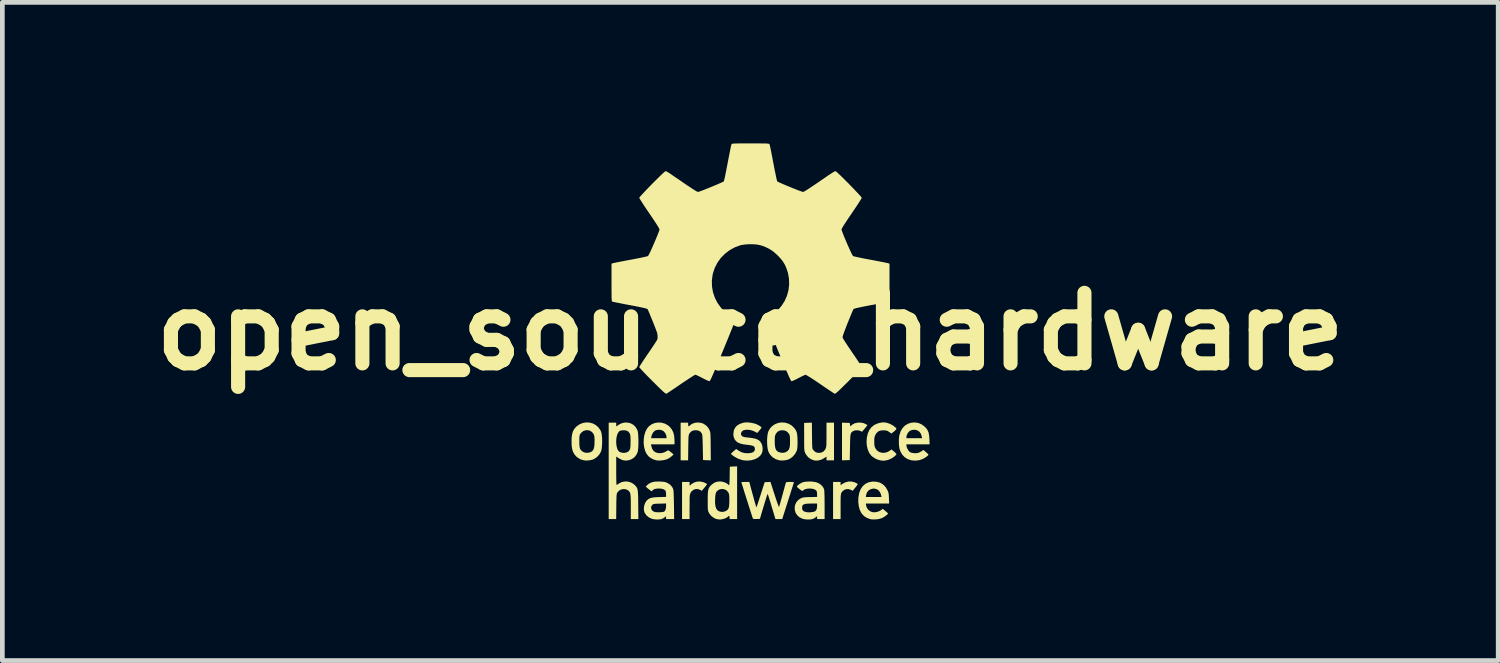
<source format=kicad_pcb>
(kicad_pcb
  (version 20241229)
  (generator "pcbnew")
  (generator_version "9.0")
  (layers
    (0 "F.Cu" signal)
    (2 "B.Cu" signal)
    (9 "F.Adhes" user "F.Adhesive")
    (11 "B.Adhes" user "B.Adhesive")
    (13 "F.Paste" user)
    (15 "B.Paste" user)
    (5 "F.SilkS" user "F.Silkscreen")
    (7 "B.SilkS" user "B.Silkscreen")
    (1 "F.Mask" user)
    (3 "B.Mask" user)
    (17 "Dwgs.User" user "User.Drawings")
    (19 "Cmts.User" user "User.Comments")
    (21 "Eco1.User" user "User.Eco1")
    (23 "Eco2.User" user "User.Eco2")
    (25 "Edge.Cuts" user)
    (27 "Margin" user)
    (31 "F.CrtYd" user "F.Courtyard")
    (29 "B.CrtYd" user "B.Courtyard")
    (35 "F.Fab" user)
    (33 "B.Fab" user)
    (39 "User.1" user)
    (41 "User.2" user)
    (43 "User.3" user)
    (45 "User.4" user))
  (footprint "open_source_hardware"
    (layer "F.Cu")
    (at 12.907 4)
    (property "Reference" "open_source_hardware" (at 0 0 0) (layer "F.SilkS") (effects (font (size 1.5 1.5) (thickness 0.3))))
    (attr board_only exclude_from_pos_files exclude_from_bom)
    (fp_poly (pts (xy 2.222 3.208) (xy 2.28 3.238) (xy 2.284 3.246) (xy 2.28 3.26) (xy 2.264 3.282) (xy 2.237 3.317) (xy 2.236 3.318) (xy 2.178 3.388) (xy 2.139 3.368) (xy 2.089 3.352) (xy 2.039 3.354) (xy 1.992 3.372) (xy 1.954 3.406) (xy 1.938 3.431) (xy 1.933 3.443) (xy 1.929 3.459) (xy 1.926 3.481) (xy 1.923 3.51) (xy 1.922 3.551) (xy 1.921 3.605) (xy 1.921 3.675) (xy 1.921 3.728) (xy 1.921 3.99) (xy 1.841 3.99) (xy 1.761 3.99) (xy 1.761 3.595) (xy 1.761 3.2) (xy 1.841 3.2) (xy 1.921 3.2) (xy 1.921 3.236) (xy 1.921 3.271) (xy 1.956 3.244) (xy 2.017 3.21) (xy 2.084 3.192) (xy 2.154 3.192)) (stroke (width 0) (type solid)) (fill yes) (layer "F.SilkS"))
    (fp_poly (pts (xy -0.994 3.206) (xy -0.973 3.215) (xy -0.945 3.229) (xy -0.926 3.241) (xy -0.92 3.247) (xy -0.926 3.258) (xy -0.942 3.28) (xy -0.965 3.31) (xy -0.976 3.322) (xy -1.031 3.389) (xy -1.063 3.37) (xy -1.11 3.352) (xy -1.16 3.351) (xy -1.206 3.367) (xy -1.246 3.397) (xy -1.268 3.43) (xy -1.275 3.444) (xy -1.28 3.459) (xy -1.284 3.476) (xy -1.287 3.499) (xy -1.289 3.53) (xy -1.29 3.571) (xy -1.29 3.627) (xy -1.29 3.698) (xy -1.291 3.732) (xy -1.291 3.99) (xy -1.371 3.99) (xy -1.451 3.99) (xy -1.451 3.595) (xy -1.451 3.2) (xy -1.371 3.2) (xy -1.291 3.2) (xy -1.291 3.241) (xy -1.291 3.282) (xy -1.251 3.247) (xy -1.194 3.212) (xy -1.13 3.193) (xy -1.062 3.191)) (stroke (width 0) (type solid)) (fill yes) (layer "F.SilkS"))
    (fp_poly (pts (xy 2.354 1.938) (xy 2.414 1.951) (xy 2.458 1.971) (xy 2.491 1.992) (xy 2.472 2.018) (xy 2.454 2.041) (xy 2.429 2.071) (xy 2.414 2.089) (xy 2.375 2.133) (xy 2.344 2.116) (xy 2.304 2.104) (xy 2.258 2.101) (xy 2.214 2.107) (xy 2.188 2.119) (xy 2.17 2.131) (xy 2.157 2.142) (xy 2.146 2.156) (xy 2.138 2.174) (xy 2.132 2.2) (xy 2.128 2.234) (xy 2.125 2.28) (xy 2.123 2.341) (xy 2.122 2.418) (xy 2.121 2.46) (xy 2.116 2.735) (xy 2.033 2.738) (xy 1.951 2.741) (xy 1.951 2.34) (xy 1.951 1.939) (xy 2.033 1.942) (xy 2.116 1.945) (xy 2.121 1.984) (xy 2.125 2.008) (xy 2.13 2.015) (xy 2.138 2.008) (xy 2.139 2.007) (xy 2.18 1.973) (xy 2.232 1.949) (xy 2.292 1.938)) (stroke (width 0) (type solid)) (fill yes) (layer "F.SilkS"))
    (fp_poly (pts (xy 1.313 2.214) (xy 1.314 2.296) (xy 1.315 2.36) (xy 1.316 2.409) (xy 1.318 2.445) (xy 1.32 2.471) (xy 1.323 2.489) (xy 1.327 2.502) (xy 1.333 2.511) (xy 1.336 2.516) (xy 1.37 2.553) (xy 1.406 2.574) (xy 1.451 2.581) (xy 1.459 2.582) (xy 1.514 2.575) (xy 1.558 2.552) (xy 1.591 2.514) (xy 1.598 2.5) (xy 1.605 2.486) (xy 1.61 2.471) (xy 1.614 2.454) (xy 1.617 2.431) (xy 1.619 2.401) (xy 1.62 2.359) (xy 1.62 2.304) (xy 1.621 2.232) (xy 1.621 2.198) (xy 1.621 1.94) (xy 1.701 1.94) (xy 1.781 1.94) (xy 1.781 2.34) (xy 1.781 2.74) (xy 1.701 2.74) (xy 1.621 2.74) (xy 1.621 2.701) (xy 1.621 2.661) (xy 1.571 2.695) (xy 1.505 2.729) (xy 1.438 2.745) (xy 1.371 2.744) (xy 1.356 2.741) (xy 1.286 2.714) (xy 1.228 2.671) (xy 1.183 2.613) (xy 1.169 2.585) (xy 1.162 2.57) (xy 1.157 2.555) (xy 1.153 2.538) (xy 1.15 2.517) (xy 1.148 2.488) (xy 1.147 2.449) (xy 1.146 2.399) (xy 1.146 2.333) (xy 1.146 2.25) (xy 1.146 2.24) (xy 1.145 1.945) (xy 1.228 1.942) (xy 1.31 1.939)) (stroke (width 0) (type solid)) (fill yes) (layer "F.SilkS"))
    (fp_poly (pts (xy -1.065 1.94) (xy -1.008 1.956) (xy -0.995 1.962) (xy -0.94 1.998) (xy -0.898 2.043) (xy -0.868 2.095) (xy -0.862 2.11) (xy -0.857 2.125) (xy -0.852 2.143) (xy -0.849 2.165) (xy -0.847 2.195) (xy -0.845 2.235) (xy -0.844 2.287) (xy -0.843 2.354) (xy -0.842 2.439) (xy -0.842 2.443) (xy -0.839 2.741) (xy -0.922 2.738) (xy -1.005 2.735) (xy -1.01 2.465) (xy -1.012 2.383) (xy -1.014 2.319) (xy -1.016 2.27) (xy -1.018 2.233) (xy -1.021 2.207) (xy -1.024 2.188) (xy -1.029 2.174) (xy -1.034 2.164) (xy -1.066 2.127) (xy -1.108 2.106) (xy -1.16 2.1) (xy -1.214 2.106) (xy -1.255 2.126) (xy -1.288 2.16) (xy -1.292 2.167) (xy -1.299 2.179) (xy -1.305 2.191) (xy -1.309 2.207) (xy -1.312 2.227) (xy -1.314 2.255) (xy -1.316 2.294) (xy -1.317 2.346) (xy -1.318 2.414) (xy -1.319 2.473) (xy -1.322 2.74) (xy -1.401 2.74) (xy -1.481 2.74) (xy -1.481 2.34) (xy -1.481 1.94) (xy -1.401 1.94) (xy -1.321 1.94) (xy -1.321 1.98) (xy -1.318 2.009) (xy -1.311 2.018) (xy -1.296 2.01) (xy -1.281 1.995) (xy -1.239 1.965) (xy -1.186 1.945) (xy -1.126 1.936)) (stroke (width 0) (type solid)) (fill yes) (layer "F.SilkS"))
    (fp_poly (pts (xy -1.892 1.939) (xy -1.821 1.958) (xy -1.756 1.992) (xy -1.712 2.029) (xy -1.67 2.081) (xy -1.639 2.141) (xy -1.62 2.213) (xy -1.612 2.299) (xy -1.611 2.337) (xy -1.611 2.4) (xy -1.861 2.4) (xy -2.112 2.4) (xy -2.105 2.438) (xy -2.087 2.495) (xy -2.056 2.54) (xy -2.016 2.57) (xy -1.957 2.588) (xy -1.894 2.588) (xy -1.83 2.572) (xy -1.77 2.539) (xy -1.765 2.535) (xy -1.754 2.529) (xy -1.742 2.529) (xy -1.726 2.538) (xy -1.701 2.557) (xy -1.687 2.568) (xy -1.63 2.615) (xy -1.676 2.657) (xy -1.711 2.684) (xy -1.751 2.708) (xy -1.774 2.718) (xy -1.83 2.734) (xy -1.893 2.743) (xy -1.955 2.745) (xy -1.999 2.74) (xy -2.068 2.718) (xy -2.131 2.682) (xy -2.168 2.651) (xy -2.21 2.596) (xy -2.24 2.527) (xy -2.259 2.45) (xy -2.268 2.367) (xy -2.265 2.283) (xy -2.263 2.27) (xy -2.11 2.27) (xy -1.946 2.27) (xy -1.781 2.27) (xy -1.781 2.242) (xy -1.789 2.203) (xy -1.809 2.162) (xy -1.837 2.127) (xy -1.861 2.109) (xy -1.907 2.093) (xy -1.958 2.09) (xy -2.006 2.1) (xy -2.032 2.113) (xy -2.067 2.148) (xy -2.093 2.197) (xy -2.104 2.237) (xy -2.11 2.27) (xy -2.263 2.27) (xy -2.252 2.202) (xy -2.228 2.126) (xy -2.193 2.06) (xy -2.16 2.021) (xy -2.103 1.977) (xy -2.037 1.949) (xy -1.965 1.936)) (stroke (width 0) (type solid)) (fill yes) (layer "F.SilkS"))
    (fp_poly (pts (xy 2.686 3.196) (xy 2.76 3.216) (xy 2.824 3.254) (xy 2.877 3.308) (xy 2.912 3.366) (xy 2.927 3.397) (xy 2.937 3.424) (xy 2.943 3.453) (xy 2.946 3.489) (xy 2.949 3.538) (xy 2.949 3.546) (xy 2.954 3.66) (xy 2.706 3.66) (xy 2.458 3.66) (xy 2.464 3.702) (xy 2.48 3.752) (xy 2.513 3.796) (xy 2.558 3.828) (xy 2.611 3.845) (xy 2.655 3.845) (xy 2.706 3.835) (xy 2.754 3.817) (xy 2.789 3.795) (xy 2.818 3.771) (xy 2.872 3.817) (xy 2.899 3.84) (xy 2.92 3.859) (xy 2.929 3.87) (xy 2.929 3.87) (xy 2.924 3.882) (xy 2.906 3.9) (xy 2.878 3.922) (xy 2.845 3.945) (xy 2.811 3.964) (xy 2.802 3.968) (xy 2.752 3.985) (xy 2.692 3.995) (xy 2.629 3.998) (xy 2.571 3.995) (xy 2.536 3.987) (xy 2.472 3.96) (xy 2.422 3.928) (xy 2.38 3.884) (xy 2.356 3.85) (xy 2.327 3.788) (xy 2.307 3.712) (xy 2.297 3.627) (xy 2.299 3.538) (xy 2.301 3.521) (xy 2.301 3.52) (xy 2.458 3.52) (xy 2.624 3.52) (xy 2.791 3.52) (xy 2.784 3.487) (xy 2.765 3.428) (xy 2.733 3.384) (xy 2.691 3.354) (xy 2.638 3.342) (xy 2.609 3.342) (xy 2.554 3.357) (xy 2.51 3.386) (xy 2.479 3.429) (xy 2.464 3.478) (xy 2.458 3.52) (xy 2.301 3.52) (xy 2.318 3.429) (xy 2.349 3.352) (xy 2.393 3.288) (xy 2.448 3.24) (xy 2.515 3.208) (xy 2.592 3.193) (xy 2.602 3.192)) (stroke (width 0) (type solid)) (fill yes) (layer "F.SilkS"))
    (fp_poly (pts (xy 2.857 1.934) (xy 2.895 1.94) (xy 2.911 1.944) (xy 2.976 1.967) (xy 3.037 2.001) (xy 3.087 2.04) (xy 3.091 2.045) (xy 3.106 2.062) (xy 3.108 2.074) (xy 3.098 2.088) (xy 3.095 2.091) (xy 3.075 2.111) (xy 3.049 2.134) (xy 3.039 2.141) (xy 3.003 2.171) (xy 2.956 2.138) (xy 2.926 2.119) (xy 2.897 2.108) (xy 2.861 2.103) (xy 2.843 2.102) (xy 2.779 2.105) (xy 2.728 2.122) (xy 2.689 2.155) (xy 2.662 2.196) (xy 2.65 2.223) (xy 2.642 2.249) (xy 2.638 2.282) (xy 2.637 2.326) (xy 2.637 2.34) (xy 2.638 2.389) (xy 2.641 2.425) (xy 2.648 2.453) (xy 2.659 2.48) (xy 2.66 2.482) (xy 2.692 2.528) (xy 2.737 2.56) (xy 2.789 2.578) (xy 2.846 2.581) (xy 2.903 2.57) (xy 2.958 2.542) (xy 2.966 2.536) (xy 3.002 2.509) (xy 3.039 2.538) (xy 3.066 2.561) (xy 3.089 2.583) (xy 3.095 2.589) (xy 3.108 2.605) (xy 3.107 2.617) (xy 3.095 2.631) (xy 3.056 2.666) (xy 3.004 2.699) (xy 2.948 2.725) (xy 2.929 2.732) (xy 2.883 2.743) (xy 2.843 2.748) (xy 2.799 2.746) (xy 2.76 2.74) (xy 2.7 2.722) (xy 2.638 2.691) (xy 2.585 2.652) (xy 2.575 2.643) (xy 2.532 2.586) (xy 2.5 2.515) (xy 2.48 2.434) (xy 2.473 2.347) (xy 2.479 2.259) (xy 2.5 2.168) (xy 2.534 2.093) (xy 2.581 2.032) (xy 2.642 1.985) (xy 2.717 1.953) (xy 2.778 1.939) (xy 2.822 1.933)) (stroke (width 0) (type solid)) (fill yes) (layer "F.SilkS"))
    (fp_poly (pts (xy 3.578 1.947) (xy 3.65 1.979) (xy 3.71 2.025) (xy 3.748 2.065) (xy 3.775 2.107) (xy 3.794 2.156) (xy 3.804 2.215) (xy 3.81 2.288) (xy 3.814 2.4) (xy 3.567 2.4) (xy 3.321 2.4) (xy 3.321 2.428) (xy 3.328 2.462) (xy 3.345 2.502) (xy 3.369 2.538) (xy 3.394 2.564) (xy 3.425 2.578) (xy 3.468 2.586) (xy 3.515 2.589) (xy 3.559 2.585) (xy 3.575 2.581) (xy 3.607 2.567) (xy 3.641 2.548) (xy 3.647 2.544) (xy 3.683 2.52) (xy 3.737 2.566) (xy 3.764 2.59) (xy 3.783 2.609) (xy 3.791 2.62) (xy 3.791 2.62) (xy 3.784 2.631) (xy 3.767 2.649) (xy 3.756 2.658) (xy 3.684 2.705) (xy 3.603 2.735) (xy 3.517 2.747) (xy 3.431 2.741) (xy 3.426 2.74) (xy 3.349 2.715) (xy 3.284 2.674) (xy 3.231 2.618) (xy 3.192 2.548) (xy 3.172 2.486) (xy 3.165 2.443) (xy 3.161 2.388) (xy 3.16 2.328) (xy 3.162 2.271) (xy 3.163 2.27) (xy 3.321 2.27) (xy 3.487 2.27) (xy 3.654 2.27) (xy 3.647 2.232) (xy 3.628 2.175) (xy 3.596 2.131) (xy 3.552 2.102) (xy 3.498 2.09) (xy 3.487 2.09) (xy 3.442 2.095) (xy 3.403 2.108) (xy 3.401 2.109) (xy 3.371 2.134) (xy 3.344 2.171) (xy 3.326 2.212) (xy 3.321 2.242) (xy 3.321 2.27) (xy 3.163 2.27) (xy 3.168 2.223) (xy 3.17 2.21) (xy 3.197 2.125) (xy 3.238 2.055) (xy 3.29 2.001) (xy 3.355 1.962) (xy 3.423 1.94) (xy 3.502 1.934)) (stroke (width 0) (type solid)) (fill yes) (layer "F.SilkS"))
    (fp_poly (pts (xy -3.421 1.937) (xy -3.352 1.955) (xy -3.289 1.988) (xy -3.234 2.035) (xy -3.19 2.095) (xy -3.175 2.126) (xy -3.163 2.167) (xy -3.156 2.222) (xy -3.151 2.287) (xy -3.15 2.355) (xy -3.153 2.423) (xy -3.159 2.484) (xy -3.168 2.533) (xy -3.175 2.554) (xy -3.211 2.617) (xy -3.261 2.671) (xy -3.32 2.711) (xy -3.361 2.728) (xy -3.421 2.74) (xy -3.486 2.745) (xy -3.542 2.74) (xy -3.614 2.718) (xy -3.68 2.676) (xy -3.705 2.654) (xy -3.742 2.61) (xy -3.769 2.561) (xy -3.788 2.503) (xy -3.798 2.432) (xy -3.801 2.346) (xy -3.801 2.34) (xy -3.636 2.34) (xy -3.635 2.405) (xy -3.631 2.453) (xy -3.622 2.489) (xy -3.607 2.517) (xy -3.585 2.54) (xy -3.57 2.552) (xy -3.526 2.574) (xy -3.474 2.581) (xy -3.421 2.575) (xy -3.373 2.554) (xy -3.373 2.554) (xy -3.348 2.53) (xy -3.33 2.496) (xy -3.318 2.449) (xy -3.313 2.386) (xy -3.312 2.34) (xy -3.312 2.287) (xy -3.314 2.25) (xy -3.318 2.222) (xy -3.325 2.2) (xy -3.334 2.18) (xy -3.365 2.139) (xy -3.406 2.112) (xy -3.453 2.099) (xy -3.503 2.101) (xy -3.55 2.117) (xy -3.591 2.148) (xy -3.616 2.18) (xy -3.625 2.198) (xy -3.631 2.217) (xy -3.634 2.244) (xy -3.636 2.281) (xy -3.636 2.334) (xy -3.636 2.34) (xy -3.801 2.34) (xy -3.799 2.255) (xy -3.789 2.185) (xy -3.773 2.128) (xy -3.747 2.079) (xy -3.712 2.036) (xy -3.697 2.022) (xy -3.634 1.976) (xy -3.565 1.947) (xy -3.493 1.934)) (stroke (width 0) (type solid)) (fill yes) (layer "F.SilkS"))
    (fp_poly (pts (xy 0.739 1.939) (xy 0.808 1.959) (xy 0.872 1.994) (xy 0.924 2.041) (xy 0.953 2.076) (xy 0.974 2.11) (xy 0.989 2.149) (xy 0.998 2.194) (xy 1.003 2.251) (xy 1.005 2.323) (xy 1.005 2.345) (xy 1.005 2.406) (xy 1.003 2.451) (xy 1 2.484) (xy 0.996 2.511) (xy 0.988 2.535) (xy 0.982 2.551) (xy 0.953 2.604) (xy 0.91 2.655) (xy 0.859 2.697) (xy 0.817 2.72) (xy 0.762 2.736) (xy 0.698 2.744) (xy 0.634 2.742) (xy 0.618 2.74) (xy 0.544 2.717) (xy 0.479 2.678) (xy 0.426 2.625) (xy 0.389 2.564) (xy 0.374 2.518) (xy 0.364 2.458) (xy 0.359 2.389) (xy 0.358 2.34) (xy 0.52 2.34) (xy 0.523 2.413) (xy 0.53 2.469) (xy 0.544 2.51) (xy 0.566 2.54) (xy 0.596 2.561) (xy 0.637 2.575) (xy 0.638 2.575) (xy 0.696 2.581) (xy 0.749 2.569) (xy 0.78 2.552) (xy 0.805 2.53) (xy 0.823 2.505) (xy 0.835 2.474) (xy 0.842 2.432) (xy 0.845 2.377) (xy 0.845 2.34) (xy 0.845 2.286) (xy 0.843 2.247) (xy 0.84 2.22) (xy 0.834 2.199) (xy 0.826 2.182) (xy 0.825 2.18) (xy 0.789 2.136) (xy 0.743 2.109) (xy 0.687 2.1) (xy 0.686 2.1) (xy 0.628 2.107) (xy 0.583 2.13) (xy 0.549 2.169) (xy 0.543 2.18) (xy 0.533 2.202) (xy 0.526 2.225) (xy 0.522 2.254) (xy 0.521 2.293) (xy 0.52 2.34) (xy 0.358 2.34) (xy 0.357 2.317) (xy 0.361 2.247) (xy 0.369 2.183) (xy 0.382 2.133) (xy 0.385 2.124) (xy 0.422 2.059) (xy 0.472 2.007) (xy 0.531 1.969) (xy 0.598 1.944) (xy 0.668 1.934)) (stroke (width 0) (type solid)) (fill yes) (layer "F.SilkS"))
    (fp_poly (pts (xy -0.28 3.43) (xy -0.28 3.99) (xy -0.36 3.99) (xy -0.44 3.99) (xy -0.44 3.955) (xy -0.443 3.929) (xy -0.452 3.921) (xy -0.468 3.932) (xy -0.475 3.94) (xy -0.501 3.959) (xy -0.54 3.977) (xy -0.586 3.991) (xy -0.63 3.998) (xy -0.648 3.999) (xy -0.688 3.995) (xy -0.728 3.987) (xy -0.736 3.984) (xy -0.789 3.956) (xy -0.838 3.914) (xy -0.876 3.864) (xy -0.882 3.852) (xy -0.89 3.835) (xy -0.896 3.819) (xy -0.9 3.799) (xy -0.903 3.774) (xy -0.904 3.739) (xy -0.905 3.692) (xy -0.905 3.643) (xy -0.749 3.643) (xy -0.742 3.71) (xy -0.726 3.762) (xy -0.702 3.799) (xy -0.668 3.822) (xy -0.659 3.826) (xy -0.606 3.838) (xy -0.557 3.832) (xy -0.524 3.82) (xy -0.495 3.803) (xy -0.474 3.782) (xy -0.46 3.755) (xy -0.451 3.717) (xy -0.447 3.666) (xy -0.445 3.598) (xy -0.445 3.595) (xy -0.446 3.539) (xy -0.447 3.499) (xy -0.451 3.47) (xy -0.456 3.447) (xy -0.464 3.428) (xy -0.466 3.425) (xy -0.496 3.387) (xy -0.536 3.362) (xy -0.581 3.35) (xy -0.629 3.352) (xy -0.673 3.368) (xy -0.709 3.397) (xy -0.726 3.422) (xy -0.737 3.453) (xy -0.744 3.502) (xy -0.748 3.559) (xy -0.749 3.643) (xy -0.905 3.643) (xy -0.905 3.629) (xy -0.905 3.6) (xy -0.905 3.518) (xy -0.903 3.453) (xy -0.899 3.403) (xy -0.892 3.363) (xy -0.881 3.332) (xy -0.866 3.306) (xy -0.846 3.282) (xy -0.821 3.257) (xy -0.77 3.22) (xy -0.717 3.198) (xy -0.654 3.19) (xy -0.639 3.19) (xy -0.595 3.195) (xy -0.549 3.208) (xy -0.507 3.227) (xy -0.476 3.248) (xy -0.471 3.253) (xy -0.457 3.267) (xy -0.449 3.27) (xy -0.446 3.261) (xy -0.444 3.234) (xy -0.441 3.194) (xy -0.439 3.142) (xy -0.438 3.083) (xy -0.438 3.072) (xy -0.435 2.875) (xy -0.358 2.872) (xy -0.28 2.869)) (stroke (width 0) (type solid)) (fill yes) (layer "F.SilkS"))
    (fp_poly (pts (xy -0.018 1.937) (xy 0.039 1.946) (xy 0.092 1.958) (xy 0.129 1.971) (xy 0.167 1.989) (xy 0.201 2.009) (xy 0.226 2.027) (xy 0.239 2.041) (xy 0.24 2.043) (xy 0.234 2.055) (xy 0.218 2.076) (xy 0.196 2.104) (xy 0.194 2.106) (xy 0.148 2.159) (xy 0.093 2.128) (xy 0.043 2.107) (xy -0.012 2.094) (xy -0.068 2.089) (xy -0.118 2.094) (xy -0.149 2.104) (xy -0.18 2.129) (xy -0.196 2.159) (xy -0.197 2.191) (xy -0.182 2.219) (xy -0.161 2.235) (xy -0.136 2.243) (xy -0.099 2.25) (xy -0.058 2.255) (xy -0.058 2.255) (xy 0.025 2.264) (xy 0.091 2.276) (xy 0.142 2.292) (xy 0.182 2.314) (xy 0.212 2.342) (xy 0.236 2.379) (xy 0.238 2.382) (xy 0.256 2.434) (xy 0.263 2.492) (xy 0.259 2.549) (xy 0.245 2.593) (xy 0.211 2.643) (xy 0.162 2.684) (xy 0.099 2.716) (xy 0.028 2.737) (xy -0.049 2.746) (xy -0.13 2.742) (xy -0.15 2.739) (xy -0.189 2.729) (xy -0.235 2.714) (xy -0.269 2.7) (xy -0.305 2.681) (xy -0.342 2.659) (xy -0.374 2.637) (xy -0.398 2.617) (xy -0.41 2.604) (xy -0.41 2.602) (xy -0.403 2.592) (xy -0.385 2.574) (xy -0.358 2.55) (xy -0.355 2.547) (xy -0.3 2.499) (xy -0.255 2.53) (xy -0.194 2.565) (xy -0.132 2.584) (xy -0.061 2.59) (xy -0.058 2.59) (xy 0.006 2.585) (xy 0.054 2.571) (xy 0.084 2.547) (xy 0.098 2.513) (xy 0.098 2.488) (xy 0.092 2.464) (xy 0.078 2.445) (xy 0.053 2.431) (xy 0.014 2.421) (xy -0.041 2.413) (xy -0.07 2.41) (xy -0.151 2.399) (xy -0.216 2.383) (xy -0.266 2.361) (xy -0.303 2.332) (xy -0.332 2.294) (xy -0.341 2.275) (xy -0.353 2.239) (xy -0.359 2.198) (xy -0.36 2.186) (xy -0.352 2.115) (xy -0.328 2.055) (xy -0.287 2.006) (xy -0.23 1.969) (xy -0.157 1.943) (xy -0.114 1.935) (xy -0.071 1.933)) (stroke (width 0) (type solid)) (fill yes) (layer "F.SilkS"))
    (fp_poly (pts (xy -1.92 3.192) (xy -1.868 3.195) (xy -1.83 3.199) (xy -1.8 3.206) (xy -1.772 3.217) (xy -1.757 3.224) (xy -1.702 3.26) (xy -1.662 3.306) (xy -1.64 3.35) (xy -1.636 3.368) (xy -1.632 3.4) (xy -1.629 3.446) (xy -1.627 3.507) (xy -1.625 3.586) (xy -1.623 3.683) (xy -1.623 3.688) (xy -1.619 3.99) (xy -1.705 3.99) (xy -1.791 3.99) (xy -1.791 3.959) (xy -1.791 3.928) (xy -1.821 3.954) (xy -1.852 3.974) (xy -1.886 3.989) (xy -1.889 3.99) (xy -1.935 3.997) (xy -1.991 3.999) (xy -2.047 3.994) (xy -2.088 3.986) (xy -2.152 3.957) (xy -2.204 3.916) (xy -2.242 3.864) (xy -2.255 3.832) (xy -2.264 3.777) (xy -2.262 3.755) (xy -2.11 3.755) (xy -2.099 3.789) (xy -2.075 3.818) (xy -2.038 3.837) (xy -2.025 3.841) (xy -1.994 3.844) (xy -1.953 3.845) (xy -1.909 3.844) (xy -1.869 3.84) (xy -1.841 3.835) (xy -1.836 3.834) (xy -1.815 3.816) (xy -1.8 3.782) (xy -1.792 3.737) (xy -1.791 3.715) (xy -1.791 3.658) (xy -1.925 3.662) (xy -1.98 3.663) (xy -2.018 3.665) (xy -2.044 3.668) (xy -2.062 3.673) (xy -2.074 3.68) (xy -2.085 3.689) (xy -2.106 3.721) (xy -2.11 3.755) (xy -2.262 3.755) (xy -2.259 3.717) (xy -2.241 3.659) (xy -2.213 3.609) (xy -2.195 3.588) (xy -2.168 3.566) (xy -2.139 3.549) (xy -2.105 3.538) (xy -2.062 3.53) (xy -2.007 3.525) (xy -1.938 3.522) (xy -1.791 3.518) (xy -1.791 3.463) (xy -1.793 3.429) (xy -1.798 3.399) (xy -1.802 3.388) (xy -1.824 3.366) (xy -1.861 3.35) (xy -1.91 3.341) (xy -1.934 3.34) (xy -1.99 3.342) (xy -2.031 3.35) (xy -2.062 3.365) (xy -2.076 3.376) (xy -2.101 3.4) (xy -2.161 3.353) (xy -2.19 3.33) (xy -2.211 3.311) (xy -2.221 3.3) (xy -2.221 3.299) (xy -2.214 3.289) (xy -2.196 3.271) (xy -2.179 3.255) (xy -2.136 3.226) (xy -2.089 3.206) (xy -2.032 3.194) (xy -1.963 3.191)) (stroke (width 0) (type solid)) (fill yes) (layer "F.SilkS"))
    (fp_poly (pts (xy 1.308 3.192) (xy 1.372 3.2) (xy 1.404 3.207) (xy 1.458 3.229) (xy 1.506 3.263) (xy 1.544 3.305) (xy 1.568 3.349) (xy 1.57 3.355) (xy 1.573 3.378) (xy 1.576 3.419) (xy 1.578 3.477) (xy 1.58 3.55) (xy 1.58 3.637) (xy 1.581 3.692) (xy 1.581 3.99) (xy 1.501 3.99) (xy 1.421 3.99) (xy 1.421 3.959) (xy 1.421 3.928) (xy 1.39 3.954) (xy 1.359 3.974) (xy 1.325 3.989) (xy 1.323 3.99) (xy 1.273 3.998) (xy 1.215 3.999) (xy 1.157 3.994) (xy 1.109 3.982) (xy 1.108 3.982) (xy 1.044 3.95) (xy 0.995 3.905) (xy 0.962 3.851) (xy 0.945 3.789) (xy 0.946 3.752) (xy 1.101 3.752) (xy 1.109 3.792) (xy 1.132 3.821) (xy 1.163 3.834) (xy 1.191 3.841) (xy 1.205 3.844) (xy 1.235 3.847) (xy 1.274 3.846) (xy 1.315 3.841) (xy 1.352 3.834) (xy 1.376 3.826) (xy 1.377 3.825) (xy 1.402 3.8) (xy 1.416 3.764) (xy 1.421 3.713) (xy 1.421 3.709) (xy 1.421 3.66) (xy 1.295 3.66) (xy 1.227 3.661) (xy 1.176 3.666) (xy 1.141 3.676) (xy 1.118 3.691) (xy 1.106 3.714) (xy 1.101 3.744) (xy 1.101 3.752) (xy 0.946 3.752) (xy 0.946 3.722) (xy 0.954 3.688) (xy 0.981 3.629) (xy 1.025 3.581) (xy 1.08 3.546) (xy 1.102 3.538) (xy 1.126 3.531) (xy 1.157 3.527) (xy 1.2 3.524) (xy 1.257 3.522) (xy 1.273 3.522) (xy 1.421 3.518) (xy 1.421 3.46) (xy 1.418 3.417) (xy 1.408 3.39) (xy 1.403 3.382) (xy 1.372 3.36) (xy 1.329 3.346) (xy 1.278 3.34) (xy 1.226 3.342) (xy 1.178 3.351) (xy 1.139 3.368) (xy 1.122 3.383) (xy 1.113 3.39) (xy 1.103 3.39) (xy 1.086 3.381) (xy 1.058 3.361) (xy 1.049 3.354) (xy 1.021 3.331) (xy 1 3.312) (xy 0.991 3.301) (xy 0.99 3.301) (xy 0.999 3.285) (xy 1.02 3.265) (xy 1.05 3.243) (xy 1.083 3.223) (xy 1.114 3.208) (xy 1.122 3.206) (xy 1.175 3.195) (xy 1.24 3.191)) (stroke (width 0) (type solid)) (fill yes) (layer "F.SilkS"))
    (fp_poly (pts (xy 0.517 3.47) (xy 0.539 3.539) (xy 0.56 3.601) (xy 0.579 3.654) (xy 0.594 3.695) (xy 0.605 3.722) (xy 0.61 3.733) (xy 0.611 3.733) (xy 0.615 3.721) (xy 0.624 3.693) (xy 0.636 3.651) (xy 0.651 3.598) (xy 0.669 3.536) (xy 0.685 3.475) (xy 0.704 3.407) (xy 0.721 3.345) (xy 0.735 3.292) (xy 0.747 3.25) (xy 0.755 3.223) (xy 0.758 3.212) (xy 0.769 3.206) (xy 0.797 3.201) (xy 0.844 3.2) (xy 0.847 3.2) (xy 0.891 3.201) (xy 0.916 3.203) (xy 0.927 3.208) (xy 0.928 3.212) (xy 0.923 3.226) (xy 0.914 3.255) (xy 0.901 3.296) (xy 0.884 3.347) (xy 0.866 3.404) (xy 0.866 3.405) (xy 0.844 3.475) (xy 0.817 3.557) (xy 0.79 3.644) (xy 0.763 3.727) (xy 0.744 3.788) (xy 0.679 3.99) (xy 0.607 3.99) (xy 0.535 3.99) (xy 0.455 3.724) (xy 0.435 3.655) (xy 0.415 3.592) (xy 0.398 3.538) (xy 0.385 3.496) (xy 0.375 3.467) (xy 0.37 3.455) (xy 0.37 3.455) (xy 0.366 3.463) (xy 0.356 3.488) (xy 0.343 3.527) (xy 0.327 3.579) (xy 0.308 3.64) (xy 0.287 3.708) (xy 0.284 3.718) (xy 0.205 3.985) (xy 0.132 3.988) (xy 0.091 3.988) (xy 0.066 3.985) (xy 0.055 3.979) (xy 0.055 3.978) (xy 0.05 3.962) (xy 0.039 3.931) (xy 0.025 3.886) (xy 0.007 3.83) (xy -0.013 3.766) (xy -0.036 3.696) (xy -0.059 3.622) (xy -0.083 3.548) (xy -0.106 3.475) (xy -0.128 3.406) (xy -0.147 3.343) (xy -0.164 3.289) (xy -0.178 3.247) (xy -0.186 3.218) (xy -0.19 3.206) (xy -0.19 3.206) (xy -0.181 3.203) (xy -0.156 3.201) (xy -0.121 3.2) (xy -0.106 3.2) (xy -0.021 3.2) (xy -0.012 3.232) (xy -0.007 3.251) (xy 0.002 3.286) (xy 0.015 3.334) (xy 0.031 3.392) (xy 0.048 3.456) (xy 0.061 3.502) (xy 0.079 3.568) (xy 0.095 3.626) (xy 0.109 3.675) (xy 0.12 3.712) (xy 0.128 3.734) (xy 0.13 3.74) (xy 0.134 3.731) (xy 0.144 3.705) (xy 0.158 3.665) (xy 0.175 3.613) (xy 0.195 3.551) (xy 0.217 3.483) (xy 0.221 3.472) (xy 0.306 3.205) (xy 0.368 3.202) (xy 0.429 3.199)) (stroke (width 0) (type solid)) (fill yes) (layer "F.SilkS"))
    (fp_poly (pts (xy -2.605 1.938) (xy -2.542 1.954) (xy -2.486 1.985) (xy -2.44 2.03) (xy -2.406 2.087) (xy -2.395 2.117) (xy -2.388 2.154) (xy -2.383 2.205) (xy -2.38 2.267) (xy -2.379 2.334) (xy -2.379 2.402) (xy -2.382 2.464) (xy -2.387 2.518) (xy -2.393 2.557) (xy -2.395 2.562) (xy -2.423 2.625) (xy -2.465 2.676) (xy -2.519 2.714) (xy -2.581 2.738) (xy -2.649 2.746) (xy -2.698 2.74) (xy -2.734 2.728) (xy -2.774 2.709) (xy -2.799 2.694) (xy -2.851 2.66) (xy -2.851 2.965) (xy -2.851 3.055) (xy -2.85 3.125) (xy -2.849 3.18) (xy -2.848 3.219) (xy -2.846 3.245) (xy -2.843 3.26) (xy -2.84 3.264) (xy -2.839 3.264) (xy -2.822 3.253) (xy -2.799 3.237) (xy -2.796 3.235) (xy -2.739 3.205) (xy -2.675 3.191) (xy -2.608 3.192) (xy -2.544 3.209) (xy -2.487 3.24) (xy -2.462 3.261) (xy -2.442 3.282) (xy -2.426 3.3) (xy -2.413 3.319) (xy -2.403 3.341) (xy -2.396 3.368) (xy -2.391 3.403) (xy -2.388 3.448) (xy -2.385 3.505) (xy -2.384 3.577) (xy -2.383 3.666) (xy -2.383 3.683) (xy -2.38 3.99) (xy -2.461 3.99) (xy -2.541 3.99) (xy -2.541 3.728) (xy -2.541 3.641) (xy -2.542 3.571) (xy -2.544 3.517) (xy -2.548 3.476) (xy -2.553 3.445) (xy -2.561 3.422) (xy -2.572 3.405) (xy -2.586 3.39) (xy -2.602 3.377) (xy -2.646 3.356) (xy -2.696 3.351) (xy -2.745 3.36) (xy -2.789 3.383) (xy -2.823 3.418) (xy -2.824 3.419) (xy -2.83 3.431) (xy -2.836 3.443) (xy -2.84 3.459) (xy -2.843 3.48) (xy -2.845 3.51) (xy -2.846 3.551) (xy -2.848 3.605) (xy -2.849 3.675) (xy -2.849 3.723) (xy -2.852 3.99) (xy -2.932 3.99) (xy -3.011 3.99) (xy -3.011 2.965) (xy -3.011 2.36) (xy -2.852 2.36) (xy -2.846 2.424) (xy -2.834 2.481) (xy -2.814 2.526) (xy -2.805 2.54) (xy -2.772 2.565) (xy -2.728 2.579) (xy -2.679 2.582) (xy -2.632 2.573) (xy -2.605 2.56) (xy -2.583 2.543) (xy -2.567 2.523) (xy -2.556 2.496) (xy -2.55 2.458) (xy -2.547 2.406) (xy -2.546 2.345) (xy -2.546 2.285) (xy -2.548 2.242) (xy -2.551 2.211) (xy -2.556 2.187) (xy -2.564 2.169) (xy -2.59 2.132) (xy -2.627 2.11) (xy -2.675 2.101) (xy -2.711 2.102) (xy -2.747 2.106) (xy -2.771 2.112) (xy -2.788 2.124) (xy -2.802 2.14) (xy -2.825 2.18) (xy -2.841 2.233) (xy -2.85 2.295) (xy -2.852 2.36) (xy -3.011 2.36) (xy -3.011 1.94) (xy -2.931 1.94) (xy -2.851 1.94) (xy -2.851 1.979) (xy -2.851 2.019) (xy -2.801 1.985) (xy -2.737 1.952) (xy -2.671 1.937)) (stroke (width 0) (type solid)) (fill yes) (layer "F.SilkS"))
    (fp_poly (pts (xy 0.104 -4) (xy 0.185 -4) (xy 0.25 -3.999) (xy 0.301 -3.999) (xy 0.339 -3.998) (xy 0.366 -3.996) (xy 0.385 -3.994) (xy 0.397 -3.991) (xy 0.404 -3.987) (xy 0.408 -3.983) (xy 0.41 -3.981) (xy 0.414 -3.967) (xy 0.421 -3.935) (xy 0.431 -3.889) (xy 0.443 -3.83) (xy 0.457 -3.76) (xy 0.472 -3.681) (xy 0.488 -3.597) (xy 0.491 -3.583) (xy 0.507 -3.498) (xy 0.522 -3.42) (xy 0.537 -3.349) (xy 0.549 -3.289) (xy 0.56 -3.241) (xy 0.568 -3.209) (xy 0.574 -3.193) (xy 0.574 -3.192) (xy 0.587 -3.184) (xy 0.616 -3.17) (xy 0.658 -3.152) (xy 0.709 -3.129) (xy 0.768 -3.105) (xy 0.83 -3.079) (xy 0.893 -3.053) (xy 0.953 -3.029) (xy 1.009 -3.007) (xy 1.057 -2.989) (xy 1.094 -2.976) (xy 1.116 -2.969) (xy 1.121 -2.968) (xy 1.135 -2.972) (xy 1.162 -2.986) (xy 1.202 -3.01) (xy 1.255 -3.045) (xy 1.323 -3.09) (xy 1.407 -3.146) (xy 1.455 -3.179) (xy 1.539 -3.237) (xy 1.608 -3.284) (xy 1.663 -3.322) (xy 1.707 -3.351) (xy 1.741 -3.373) (xy 1.766 -3.389) (xy 1.784 -3.399) (xy 1.796 -3.405) (xy 1.805 -3.408) (xy 1.811 -3.408) (xy 1.816 -3.406) (xy 1.819 -3.406) (xy 1.832 -3.397) (xy 1.856 -3.376) (xy 1.89 -3.344) (xy 1.932 -3.304) (xy 1.98 -3.257) (xy 2.032 -3.205) (xy 2.086 -3.151) (xy 2.14 -3.095) (xy 2.193 -3.041) (xy 2.242 -2.989) (xy 2.286 -2.943) (xy 2.323 -2.903) (xy 2.35 -2.872) (xy 2.367 -2.851) (xy 2.371 -2.844) (xy 2.365 -2.831) (xy 2.35 -2.804) (xy 2.325 -2.764) (xy 2.293 -2.714) (xy 2.254 -2.655) (xy 2.21 -2.59) (xy 2.162 -2.519) (xy 2.156 -2.51) (xy 2.091 -2.415) (xy 2.038 -2.335) (xy 1.996 -2.271) (xy 1.966 -2.222) (xy 1.948 -2.189) (xy 1.941 -2.171) (xy 1.941 -2.171) (xy 1.945 -2.153) (xy 1.956 -2.12) (xy 1.973 -2.076) (xy 1.994 -2.022) (xy 2.019 -1.962) (xy 2.046 -1.899) (xy 2.073 -1.836) (xy 2.101 -1.774) (xy 2.126 -1.718) (xy 2.149 -1.67) (xy 2.168 -1.633) (xy 2.181 -1.61) (xy 2.186 -1.604) (xy 2.201 -1.599) (xy 2.232 -1.591) (xy 2.279 -1.581) (xy 2.338 -1.568) (xy 2.407 -1.554) (xy 2.485 -1.539) (xy 2.561 -1.525) (xy 2.644 -1.51) (xy 2.721 -1.495) (xy 2.79 -1.481) (xy 2.849 -1.47) (xy 2.895 -1.46) (xy 2.926 -1.453) (xy 2.939 -1.45) (xy 2.961 -1.44) (xy 2.961 -1.041) (xy 2.961 -0.941) (xy 2.961 -0.859) (xy 2.96 -0.793) (xy 2.96 -0.742) (xy 2.959 -0.704) (xy 2.957 -0.676) (xy 2.955 -0.657) (xy 2.952 -0.645) (xy 2.949 -0.638) (xy 2.944 -0.635) (xy 2.944 -0.635) (xy 2.93 -0.631) (xy 2.899 -0.624) (xy 2.853 -0.615) (xy 2.795 -0.603) (xy 2.725 -0.59) (xy 2.648 -0.575) (xy 2.567 -0.56) (xy 2.466 -0.541) (xy 2.385 -0.525) (xy 2.319 -0.511) (xy 2.27 -0.5) (xy 2.234 -0.491) (xy 2.21 -0.483) (xy 2.197 -0.477) (xy 2.195 -0.475) (xy 2.188 -0.462) (xy 2.175 -0.432) (xy 2.156 -0.389) (xy 2.134 -0.335) (xy 2.108 -0.271) (xy 2.08 -0.202) (xy 2.07 -0.179) (xy 2.034 -0.086) (xy 2.005 -0.01) (xy 1.984 0.048) (xy 1.97 0.091) (xy 1.963 0.118) (xy 1.963 0.128) (xy 1.97 0.142) (xy 1.986 0.171) (xy 2.012 0.212) (xy 2.045 0.263) (xy 2.084 0.322) (xy 2.128 0.387) (xy 2.169 0.448) (xy 2.216 0.516) (xy 2.259 0.58) (xy 2.297 0.637) (xy 2.328 0.685) (xy 2.352 0.723) (xy 2.366 0.748) (xy 2.371 0.758) (xy 2.364 0.769) (xy 2.344 0.792) (xy 2.314 0.826) (xy 2.273 0.869) (xy 2.224 0.919) (xy 2.169 0.976) (xy 2.109 1.037) (xy 2.093 1.053) (xy 2.02 1.125) (xy 1.96 1.184) (xy 1.912 1.231) (xy 1.874 1.267) (xy 1.845 1.293) (xy 1.824 1.31) (xy 1.809 1.32) (xy 1.799 1.324) (xy 1.795 1.324) (xy 1.782 1.316) (xy 1.755 1.299) (xy 1.716 1.273) (xy 1.666 1.24) (xy 1.608 1.201) (xy 1.544 1.157) (xy 1.487 1.118) (xy 1.419 1.072) (xy 1.355 1.029) (xy 1.298 0.992) (xy 1.25 0.961) (xy 1.212 0.938) (xy 1.188 0.924) (xy 1.178 0.92) (xy 1.163 0.925) (xy 1.133 0.937) (xy 1.094 0.956) (xy 1.048 0.979) (xy 1.027 0.99) (xy 0.979 1.015) (xy 0.937 1.035) (xy 0.903 1.05) (xy 0.882 1.057) (xy 0.877 1.058) (xy 0.871 1.053) (xy 0.863 1.04) (xy 0.851 1.017) (xy 0.835 0.984) (xy 0.814 0.938) (xy 0.789 0.88) (xy 0.758 0.808) (xy 0.721 0.722) (xy 0.678 0.619) (xy 0.629 0.5) (xy 0.594 0.417) (xy 0.55 0.309) (xy 0.508 0.207) (xy 0.469 0.111) (xy 0.434 0.024) (xy 0.402 -0.053) (xy 0.376 -0.12) (xy 0.355 -0.173) (xy 0.34 -0.212) (xy 0.332 -0.235) (xy 0.33 -0.241) (xy 0.339 -0.259) (xy 0.363 -0.281) (xy 0.373 -0.288) (xy 0.401 -0.307) (xy 0.439 -0.333) (xy 0.478 -0.361) (xy 0.487 -0.368) (xy 0.584 -0.451) (xy 0.666 -0.546) (xy 0.732 -0.65) (xy 0.781 -0.762) (xy 0.813 -0.879) (xy 0.827 -1) (xy 0.823 -1.124) (xy 0.801 -1.247) (xy 0.766 -1.352) (xy 0.735 -1.421) (xy 0.698 -1.483) (xy 0.652 -1.543) (xy 0.593 -1.607) (xy 0.58 -1.62) (xy 0.492 -1.699) (xy 0.399 -1.76) (xy 0.299 -1.807) (xy 0.225 -1.832) (xy 0.154 -1.847) (xy 0.07 -1.855) (xy -0.018 -1.856) (xy -0.105 -1.851) (xy -0.183 -1.84) (xy -0.215 -1.832) (xy -0.333 -1.788) (xy -0.442 -1.727) (xy -0.54 -1.652) (xy -0.626 -1.564) (xy -0.698 -1.464) (xy -0.754 -1.355) (xy -0.794 -1.238) (xy -0.801 -1.206) (xy -0.817 -1.08) (xy -0.814 -0.955) (xy -0.793 -0.834) (xy -0.753 -0.717) (xy -0.697 -0.607) (xy -0.624 -0.506) (xy -0.536 -0.416) (xy -0.477 -0.368) (xy -0.438 -0.34) (xy -0.4 -0.313) (xy -0.368 -0.292) (xy -0.363 -0.288) (xy -0.335 -0.266) (xy -0.321 -0.246) (xy -0.32 -0.241) (xy -0.324 -0.229) (xy -0.335 -0.2) (xy -0.352 -0.155) (xy -0.375 -0.097) (xy -0.403 -0.026) (xy -0.436 0.055) (xy -0.473 0.146) (xy -0.513 0.244) (xy -0.556 0.349) (xy -0.584 0.417) (xy -0.638 0.547) (xy -0.685 0.66) (xy -0.726 0.756) (xy -0.76 0.837) (xy -0.789 0.904) (xy -0.813 0.957) (xy -0.831 0.998) (xy -0.846 1.027) (xy -0.857 1.046) (xy -0.864 1.056) (xy -0.867 1.058) (xy -0.882 1.054) (xy -0.911 1.043) (xy -0.95 1.025) (xy -0.996 1.002) (xy -1.017 0.99) (xy -1.065 0.966) (xy -1.107 0.945) (xy -1.142 0.929) (xy -1.163 0.921) (xy -1.168 0.92) (xy -1.181 0.925) (xy -1.208 0.941) (xy -1.247 0.966) (xy -1.297 0.998) (xy -1.355 1.036) (xy -1.419 1.079) (xy -1.477 1.118) (xy -1.545 1.165) (xy -1.608 1.208) (xy -1.665 1.246) (xy -1.713 1.278) (xy -1.751 1.303) (xy -1.776 1.318) (xy -1.785 1.324) (xy -1.792 1.323) (xy -1.804 1.317) (xy -1.821 1.304) (xy -1.846 1.283) (xy -1.878 1.254) (xy -1.92 1.213) (xy -1.973 1.162) (xy -2.037 1.098) (xy -2.083 1.053) (xy -2.144 0.991) (xy -2.201 0.934) (xy -2.251 0.881) (xy -2.294 0.836) (xy -2.327 0.8) (xy -2.35 0.774) (xy -2.36 0.76) (xy -2.361 0.758) (xy -2.355 0.746) (xy -2.34 0.72) (xy -2.315 0.681) (xy -2.283 0.631) (xy -2.245 0.574) (xy -2.201 0.509) (xy -2.159 0.448) (xy -2.112 0.379) (xy -2.069 0.314) (xy -2.03 0.256) (xy -1.998 0.206) (xy -1.974 0.166) (xy -1.958 0.139) (xy -1.953 0.128) (xy -1.955 0.11) (xy -1.964 0.078) (xy -1.98 0.03) (xy -2.004 -0.034) (xy -2.035 -0.115) (xy -2.06 -0.179) (xy -2.089 -0.25) (xy -2.116 -0.315) (xy -2.139 -0.373) (xy -2.159 -0.42) (xy -2.174 -0.454) (xy -2.183 -0.473) (xy -2.185 -0.475) (xy -2.193 -0.481) (xy -2.212 -0.487) (xy -2.242 -0.496) (xy -2.285 -0.506) (xy -2.344 -0.518) (xy -2.418 -0.533) (xy -2.51 -0.551) (xy -2.557 -0.56) (xy -2.639 -0.575) (xy -2.716 -0.59) (xy -2.785 -0.604) (xy -2.844 -0.615) (xy -2.89 -0.625) (xy -2.92 -0.631) (xy -2.934 -0.635) (xy -2.938 -0.638) (xy -2.942 -0.644) (xy -2.945 -0.655) (xy -2.947 -0.673) (xy -2.948 -0.7) (xy -2.95 -0.737) (xy -2.95 -0.786) (xy -2.951 -0.85) (xy -2.951 -0.93) (xy -2.951 -1.028) (xy -2.951 -1.041) (xy -2.951 -1.44) (xy -2.929 -1.45) (xy -2.914 -1.454) (xy -2.882 -1.461) (xy -2.835 -1.471) (xy -2.775 -1.482) (xy -2.705 -1.496) (xy -2.628 -1.511) (xy -2.551 -1.525) (xy -2.469 -1.54) (xy -2.392 -1.555) (xy -2.323 -1.569) (xy -2.265 -1.582) (xy -2.219 -1.592) (xy -2.189 -1.6) (xy -2.176 -1.604) (xy -2.167 -1.617) (xy -2.152 -1.645) (xy -2.131 -1.686) (xy -2.107 -1.737) (xy -2.081 -1.795) (xy -2.054 -1.858) (xy -2.026 -1.922) (xy -2 -1.984) (xy -1.976 -2.042) (xy -1.956 -2.093) (xy -1.941 -2.133) (xy -1.932 -2.161) (xy -1.931 -2.171) (xy -1.937 -2.187) (xy -1.954 -2.219) (xy -1.984 -2.267) (xy -2.025 -2.33) (xy -2.077 -2.409) (xy -2.141 -2.503) (xy -2.146 -2.51) (xy -2.194 -2.581) (xy -2.239 -2.647) (xy -2.278 -2.707) (xy -2.311 -2.759) (xy -2.337 -2.8) (xy -2.354 -2.828) (xy -2.361 -2.843) (xy -2.361 -2.844) (xy -2.354 -2.855) (xy -2.335 -2.878) (xy -2.305 -2.911) (xy -2.266 -2.953) (xy -2.221 -3.001) (xy -2.171 -3.053) (xy -2.118 -3.108) (xy -2.063 -3.163) (xy -2.009 -3.217) (xy -1.958 -3.268) (xy -1.912 -3.313) (xy -1.871 -3.352) (xy -1.839 -3.381) (xy -1.818 -3.4) (xy -1.809 -3.406) (xy -1.803 -3.407) (xy -1.797 -3.408) (xy -1.789 -3.406) (xy -1.778 -3.402) (xy -1.762 -3.393) (xy -1.739 -3.379) (xy -1.708 -3.359) (xy -1.667 -3.331) (xy -1.616 -3.296) (xy -1.551 -3.252) (xy -1.472 -3.198) (xy -1.444 -3.178) (xy -1.353 -3.116) (xy -1.277 -3.066) (xy -1.216 -3.026) (xy -1.17 -2.997) (xy -1.137 -2.978) (xy -1.116 -2.969) (xy -1.111 -2.968) (xy -1.095 -2.972) (xy -1.064 -2.983) (xy -1.02 -2.999) (xy -0.968 -3.019) (xy -0.908 -3.043) (xy -0.846 -3.068) (xy -0.783 -3.094) (xy -0.723 -3.119) (xy -0.668 -3.143) (xy -0.622 -3.163) (xy -0.588 -3.179) (xy -0.568 -3.189) (xy -0.564 -3.192) (xy -0.559 -3.204) (xy -0.552 -3.234) (xy -0.541 -3.279) (xy -0.529 -3.338) (xy -0.515 -3.407) (xy -0.5 -3.484) (xy -0.484 -3.568) (xy -0.481 -3.583) (xy -0.465 -3.668) (xy -0.449 -3.747) (xy -0.435 -3.819) (xy -0.423 -3.88) (xy -0.413 -3.929) (xy -0.405 -3.963) (xy -0.4 -3.979) (xy -0.4 -3.98) (xy -0.397 -3.985) (xy -0.391 -3.989) (xy -0.382 -3.993) (xy -0.367 -3.995) (xy -0.344 -3.997) (xy -0.311 -3.998) (xy -0.267 -3.999) (xy -0.21 -4) (xy -0.137 -4) (xy -0.047 -4) (xy 0.005 -4)) (stroke (width 0) (type solid)) (fill yes) (layer "F.SilkS")))
  (gr_rect
    (start -3 -3)
    (end 28.814 10.999)
    (stroke (width 0.1) (type default))
    (fill no)
    (layer "Edge.Cuts")))
</source>
